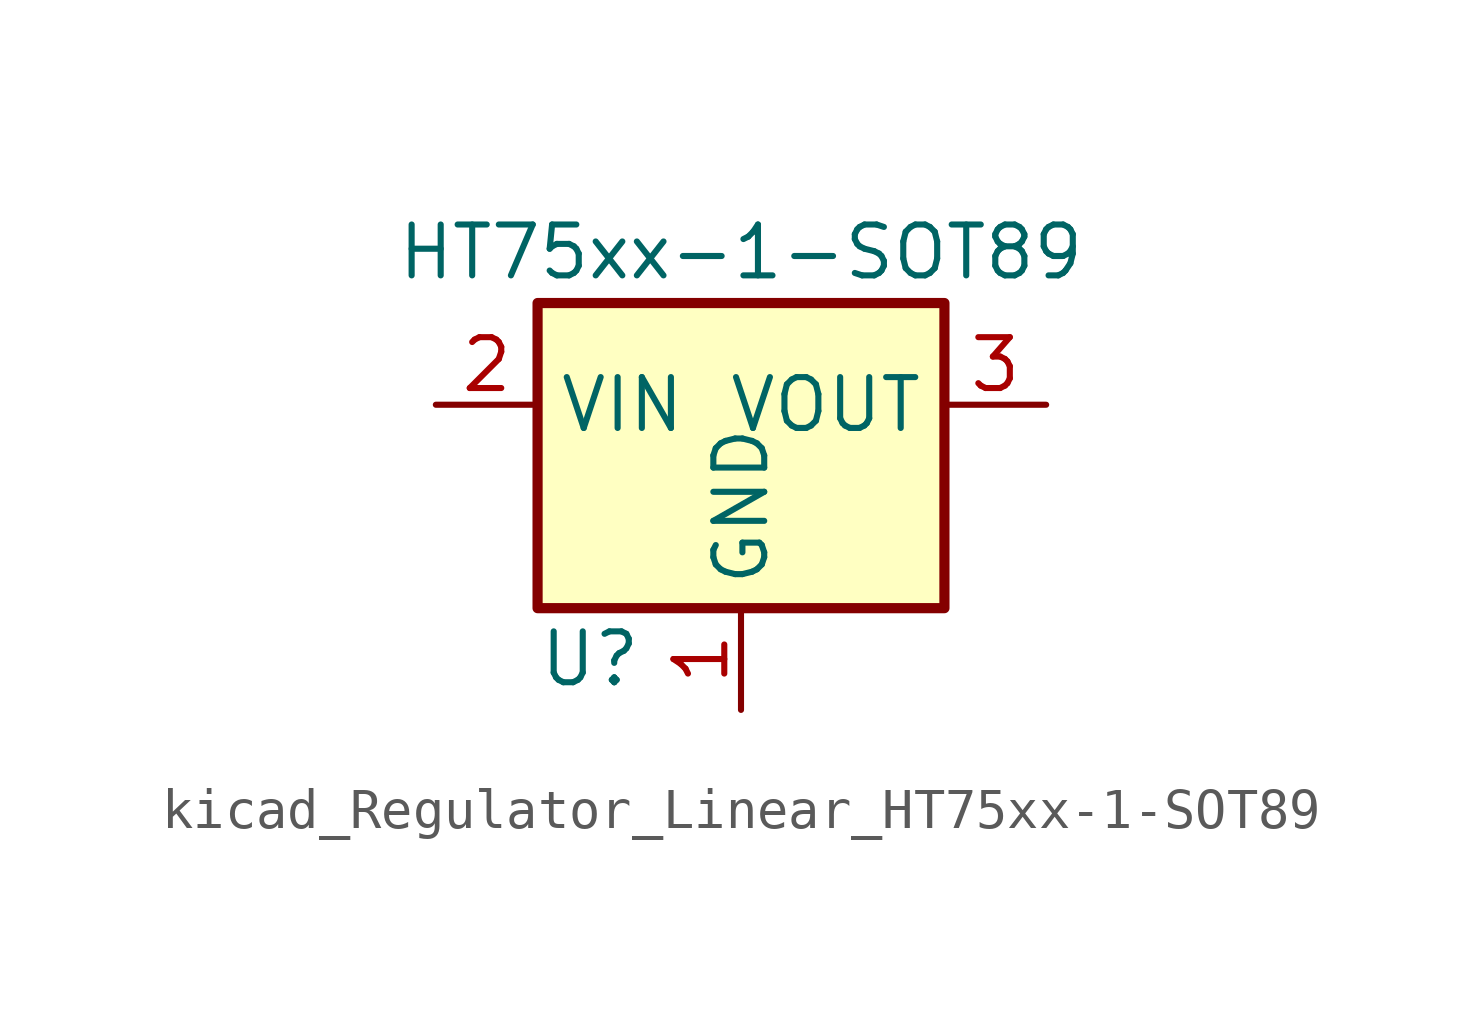
<source format=kicad_sym>
(kicad_symbol_lib
  (version 20220914)
  (generator kicad_symbol_editor)
  (symbol "kicad_Regulator_Linear_HT75xx-1-SOT89"
    (property "Reference" "U"
      (at -5.08 -3.81 0)
      (effects (font (size 1.27 1.27)) (justify left)))
    (property "Value" "HT75xx-1-SOT89"
      (at 0 6.35 0)
      (effects (font (size 1.27 1.27))))
    (symbol "kicad_Regulator_Linear_HT75xx-1-SOT89_0_1"
      (rectangle (start -5.08 5.08) (end 5.08 -2.54) (stroke (width 0.254) (type default)) (fill (type background))))
    (symbol "kicad_Regulator_Linear_HT75xx-1-SOT89_1_1"
      (pin power_in line (at 0 -5.08 90) (length 2.54) (name "GND" (effects (font (size 1.27 1.27)))) (number "1" (effects (font (size 1.27 1.27)))))
      (pin power_in line (at -7.62 2.54 0) (length 2.54) (name "VIN" (effects (font (size 1.27 1.27)))) (number "2" (effects (font (size 1.27 1.27)))))
      (pin power_out line (at 7.62 2.54 180) (length 2.54) (name "VOUT" (effects (font (size 1.27 1.27)))) (number "3" (effects (font (size 1.27 1.27))))))))
</source>
